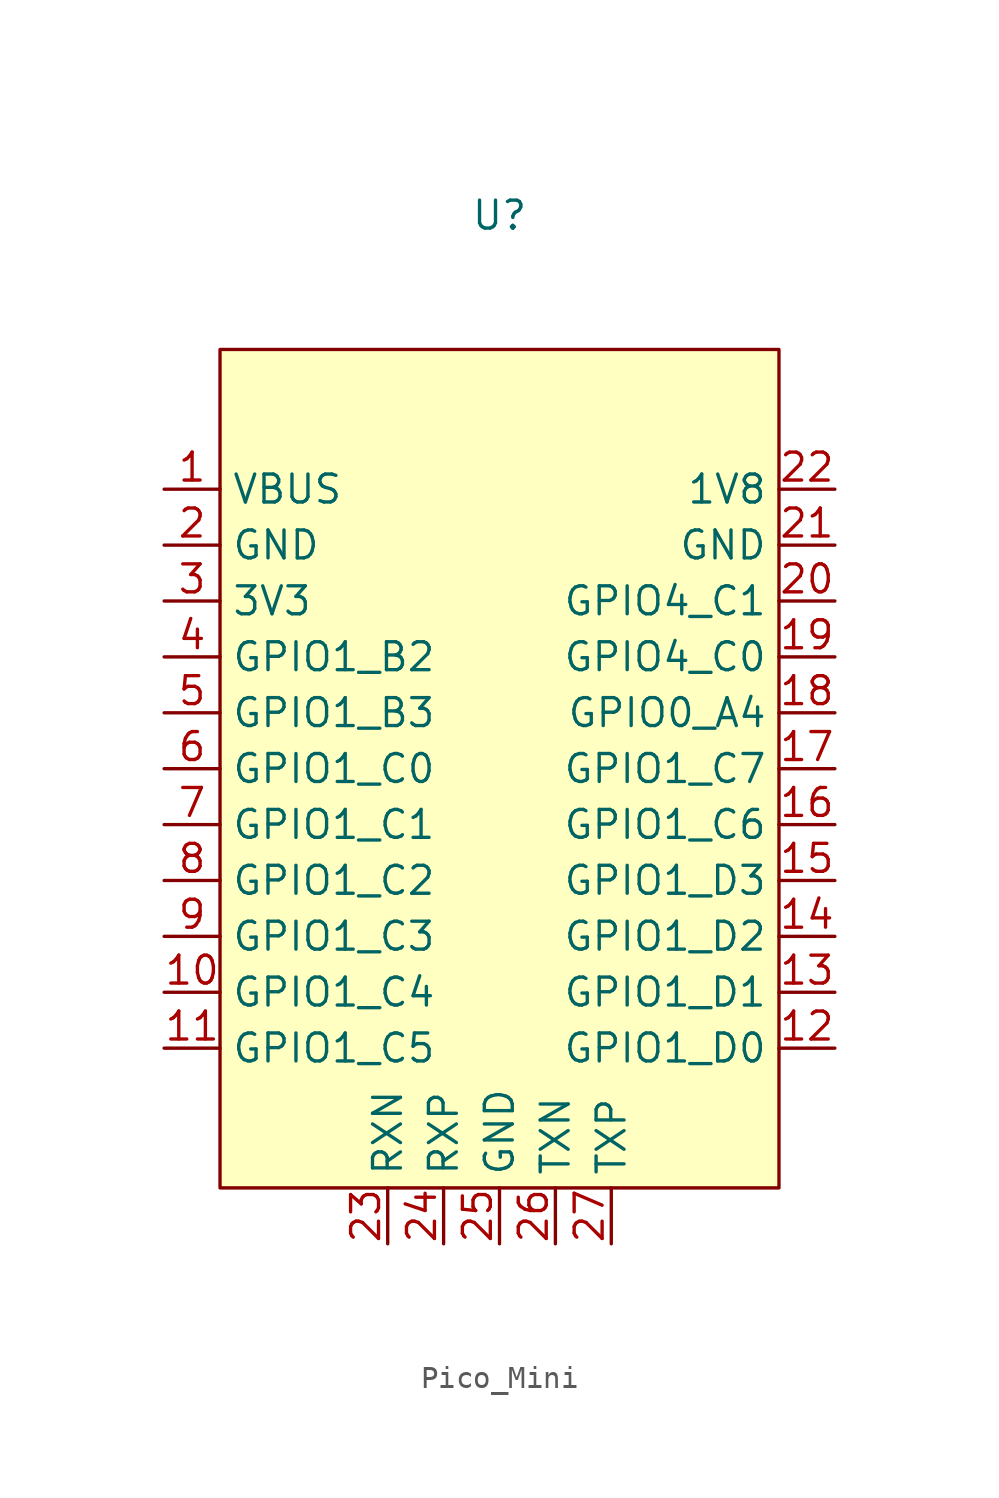
<source format=kicad_sym>
(kicad_symbol_lib
  (version 20231120)
  (generator "kicad_symbol_editor")
  (generator_version "8.0")
  (symbol "Pico_Mini"
    (property "Reference" "U"
      (at 0 25.146 0)
      (effects (font (size 1.27 1.27))))
    (property "Value" ""
      (at 0 0 0)
      (effects (font (size 1.27 1.27))))
    (symbol "Pico_Mini_1_1"
      (rectangle (start -12.7 19.05) (end 12.7 -19.05) (stroke (width 0) (type default)) (fill (type background)))
      (pin output line (at -15.24 12.7 0) (length 2.54) (name "VBUS" (effects (font (size 1.27 1.27)))) (number "1" (effects (font (size 1.27 1.27)))))
      (pin bidirectional line (at -15.24 -10.16 0) (length 2.54) (name "GPIO1_C4" (effects (font (size 1.27 1.27)))) (number "10" (effects (font (size 1.27 1.27)))))
      (pin bidirectional line (at -15.24 -12.7 0) (length 2.54) (name "GPIO1_C5" (effects (font (size 1.27 1.27)))) (number "11" (effects (font (size 1.27 1.27)))))
      (pin bidirectional line (at 15.24 -12.7 180) (length 2.54) (name "GPIO1_D0" (effects (font (size 1.27 1.27)))) (number "12" (effects (font (size 1.27 1.27)))))
      (pin bidirectional line (at 15.24 -10.16 180) (length 2.54) (name "GPIO1_D1" (effects (font (size 1.27 1.27)))) (number "13" (effects (font (size 1.27 1.27)))))
      (pin bidirectional line (at 15.24 -7.62 180) (length 2.54) (name "GPIO1_D2" (effects (font (size 1.27 1.27)))) (number "14" (effects (font (size 1.27 1.27)))))
      (pin bidirectional line (at 15.24 -5.08 180) (length 2.54) (name "GPIO1_D3" (effects (font (size 1.27 1.27)))) (number "15" (effects (font (size 1.27 1.27)))))
      (pin bidirectional line (at 15.24 -2.54 180) (length 2.54) (name "GPIO1_C6" (effects (font (size 1.27 1.27)))) (number "16" (effects (font (size 1.27 1.27)))))
      (pin bidirectional line (at 15.24 0 180) (length 2.54) (name "GPIO1_C7" (effects (font (size 1.27 1.27)))) (number "17" (effects (font (size 1.27 1.27)))))
      (pin bidirectional line (at 15.24 2.54 180) (length 2.54) (name "GPIO0_A4" (effects (font (size 1.27 1.27)))) (number "18" (effects (font (size 1.27 1.27)))))
      (pin bidirectional line (at 15.24 5.08 180) (length 2.54) (name "GPIO4_C0" (effects (font (size 1.27 1.27)))) (number "19" (effects (font (size 1.27 1.27)))))
      (pin output line (at -15.24 10.16 0) (length 2.54) (name "GND" (effects (font (size 1.27 1.27)))) (number "2" (effects (font (size 1.27 1.27)))))
      (pin bidirectional line (at 15.24 7.62 180) (length 2.54) (name "GPIO4_C1" (effects (font (size 1.27 1.27)))) (number "20" (effects (font (size 1.27 1.27)))))
      (pin output line (at 15.24 10.16 180) (length 2.54) (name "GND" (effects (font (size 1.27 1.27)))) (number "21" (effects (font (size 1.27 1.27)))))
      (pin output line (at 15.24 12.7 180) (length 2.54) (name "1V8" (effects (font (size 1.27 1.27)))) (number "22" (effects (font (size 1.27 1.27)))))
      (pin output line (at -5.08 -21.59 90) (length 2.54) (name "RXN" (effects (font (size 1.27 1.27)))) (number "23" (effects (font (size 1.27 1.27)))))
      (pin output line (at -2.54 -21.59 90) (length 2.54) (name "RXP" (effects (font (size 1.27 1.27)))) (number "24" (effects (font (size 1.27 1.27)))))
      (pin output line (at 0 -21.59 90) (length 2.54) (name "GND" (effects (font (size 1.27 1.27)))) (number "25" (effects (font (size 1.27 1.27)))))
      (pin output line (at 2.54 -21.59 90) (length 2.54) (name "TXN" (effects (font (size 1.27 1.27)))) (number "26" (effects (font (size 1.27 1.27)))))
      (pin output line (at 5.08 -21.59 90) (length 2.54) (name "TXP" (effects (font (size 1.27 1.27)))) (number "27" (effects (font (size 1.27 1.27)))))
      (pin output line (at -15.24 7.62 0) (length 2.54) (name "3V3" (effects (font (size 1.27 1.27)))) (number "3" (effects (font (size 1.27 1.27)))))
      (pin bidirectional line (at -15.24 5.08 0) (length 2.54) (name "GPIO1_B2" (effects (font (size 1.27 1.27)))) (number "4" (effects (font (size 1.27 1.27)))))
      (pin bidirectional line (at -15.24 2.54 0) (length 2.54) (name "GPIO1_B3" (effects (font (size 1.27 1.27)))) (number "5" (effects (font (size 1.27 1.27)))))
      (pin bidirectional line (at -15.24 0 0) (length 2.54) (name "GPIO1_C0" (effects (font (size 1.27 1.27)))) (number "6" (effects (font (size 1.27 1.27)))))
      (pin bidirectional line (at -15.24 -2.54 0) (length 2.54) (name "GPIO1_C1" (effects (font (size 1.27 1.27)))) (number "7" (effects (font (size 1.27 1.27)))))
      (pin bidirectional line (at -15.24 -5.08 0) (length 2.54) (name "GPIO1_C2" (effects (font (size 1.27 1.27)))) (number "8" (effects (font (size 1.27 1.27)))))
      (pin bidirectional line (at -15.24 -7.62 0) (length 2.54) (name "GPIO1_C3" (effects (font (size 1.27 1.27)))) (number "9" (effects (font (size 1.27 1.27))))))))
</source>
